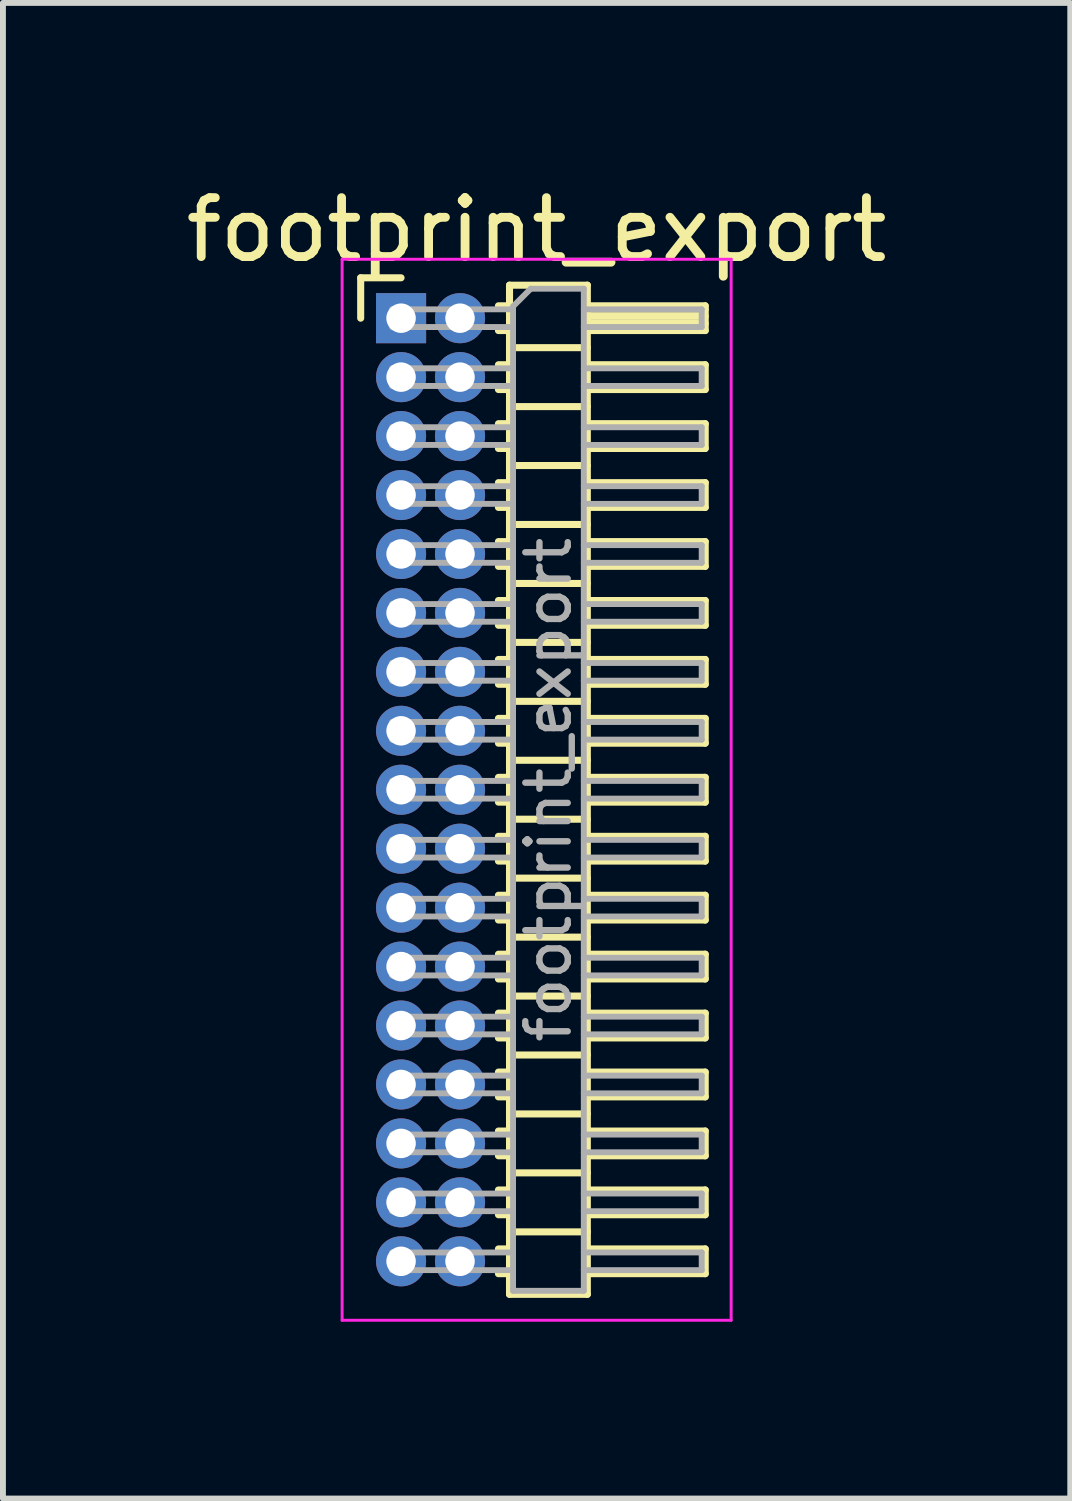
<source format=kicad_pcb>
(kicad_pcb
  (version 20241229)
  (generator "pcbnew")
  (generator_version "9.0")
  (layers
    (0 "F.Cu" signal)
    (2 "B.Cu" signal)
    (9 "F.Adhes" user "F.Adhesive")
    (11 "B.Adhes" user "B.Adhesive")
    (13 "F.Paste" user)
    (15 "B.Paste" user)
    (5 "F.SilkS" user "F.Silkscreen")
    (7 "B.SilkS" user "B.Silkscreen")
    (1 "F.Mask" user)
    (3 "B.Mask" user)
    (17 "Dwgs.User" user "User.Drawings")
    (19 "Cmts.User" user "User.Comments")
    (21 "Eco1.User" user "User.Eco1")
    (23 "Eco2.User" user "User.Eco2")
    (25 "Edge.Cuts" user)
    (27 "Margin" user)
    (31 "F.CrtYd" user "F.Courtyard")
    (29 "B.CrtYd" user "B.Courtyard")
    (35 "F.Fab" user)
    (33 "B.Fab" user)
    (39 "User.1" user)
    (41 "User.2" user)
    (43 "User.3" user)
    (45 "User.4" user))
  (footprint "footprint_export"
    (layer "F.Cu")
    (at 3.754 2.348)
    (property "Reference" "footprint_export" (at 2.3 -1.5 0) (layer "F.SilkS") (effects (font (size 1 1) (thickness 0.15))))
    (attr through_hole)
    (fp_line (start -0.685 -0.685) (end 0 -0.685) (stroke (width 0.12) (type solid)) (layer "F.SilkS"))
    (fp_line (start -0.685 0) (end -0.685 -0.685) (stroke (width 0.12) (type solid)) (layer "F.SilkS"))
    (fp_line (start 1.652 -0.21) (end 1.84 -0.21) (stroke (width 0.12) (type solid)) (layer "F.SilkS"))
    (fp_line (start 1.652 0.21) (end 1.84 0.21) (stroke (width 0.12) (type solid)) (layer "F.SilkS"))
    (fp_line (start 1.652 0.79) (end 1.84 0.79) (stroke (width 0.12) (type solid)) (layer "F.SilkS"))
    (fp_line (start 1.652 1.21) (end 1.84 1.21) (stroke (width 0.12) (type solid)) (layer "F.SilkS"))
    (fp_line (start 1.652 1.79) (end 1.84 1.79) (stroke (width 0.12) (type solid)) (layer "F.SilkS"))
    (fp_line (start 1.652 2.21) (end 1.84 2.21) (stroke (width 0.12) (type solid)) (layer "F.SilkS"))
    (fp_line (start 1.652 2.79) (end 1.84 2.79) (stroke (width 0.12) (type solid)) (layer "F.SilkS"))
    (fp_line (start 1.652 3.21) (end 1.84 3.21) (stroke (width 0.12) (type solid)) (layer "F.SilkS"))
    (fp_line (start 1.652 3.79) (end 1.84 3.79) (stroke (width 0.12) (type solid)) (layer "F.SilkS"))
    (fp_line (start 1.652 4.21) (end 1.84 4.21) (stroke (width 0.12) (type solid)) (layer "F.SilkS"))
    (fp_line (start 1.652 4.79) (end 1.84 4.79) (stroke (width 0.12) (type solid)) (layer "F.SilkS"))
    (fp_line (start 1.652 5.21) (end 1.84 5.21) (stroke (width 0.12) (type solid)) (layer "F.SilkS"))
    (fp_line (start 1.652 5.79) (end 1.84 5.79) (stroke (width 0.12) (type solid)) (layer "F.SilkS"))
    (fp_line (start 1.652 6.21) (end 1.84 6.21) (stroke (width 0.12) (type solid)) (layer "F.SilkS"))
    (fp_line (start 1.652 6.79) (end 1.84 6.79) (stroke (width 0.12) (type solid)) (layer "F.SilkS"))
    (fp_line (start 1.652 7.21) (end 1.84 7.21) (stroke (width 0.12) (type solid)) (layer "F.SilkS"))
    (fp_line (start 1.652 7.79) (end 1.84 7.79) (stroke (width 0.12) (type solid)) (layer "F.SilkS"))
    (fp_line (start 1.652 8.21) (end 1.84 8.21) (stroke (width 0.12) (type solid)) (layer "F.SilkS"))
    (fp_line (start 1.652 8.79) (end 1.84 8.79) (stroke (width 0.12) (type solid)) (layer "F.SilkS"))
    (fp_line (start 1.652 9.21) (end 1.84 9.21) (stroke (width 0.12) (type solid)) (layer "F.SilkS"))
    (fp_line (start 1.652 9.79) (end 1.84 9.79) (stroke (width 0.12) (type solid)) (layer "F.SilkS"))
    (fp_line (start 1.652 10.21) (end 1.84 10.21) (stroke (width 0.12) (type solid)) (layer "F.SilkS"))
    (fp_line (start 1.652 10.79) (end 1.84 10.79) (stroke (width 0.12) (type solid)) (layer "F.SilkS"))
    (fp_line (start 1.652 11.21) (end 1.84 11.21) (stroke (width 0.12) (type solid)) (layer "F.SilkS"))
    (fp_line (start 1.652 11.79) (end 1.84 11.79) (stroke (width 0.12) (type solid)) (layer "F.SilkS"))
    (fp_line (start 1.652 12.21) (end 1.84 12.21) (stroke (width 0.12) (type solid)) (layer "F.SilkS"))
    (fp_line (start 1.652 12.79) (end 1.84 12.79) (stroke (width 0.12) (type solid)) (layer "F.SilkS"))
    (fp_line (start 1.652 13.21) (end 1.84 13.21) (stroke (width 0.12) (type solid)) (layer "F.SilkS"))
    (fp_line (start 1.652 13.79) (end 1.84 13.79) (stroke (width 0.12) (type solid)) (layer "F.SilkS"))
    (fp_line (start 1.652 14.21) (end 1.84 14.21) (stroke (width 0.12) (type solid)) (layer "F.SilkS"))
    (fp_line (start 1.652 14.79) (end 1.84 14.79) (stroke (width 0.12) (type solid)) (layer "F.SilkS"))
    (fp_line (start 1.652 15.21) (end 1.84 15.21) (stroke (width 0.12) (type solid)) (layer "F.SilkS"))
    (fp_line (start 1.652 15.79) (end 1.84 15.79) (stroke (width 0.12) (type solid)) (layer "F.SilkS"))
    (fp_line (start 1.652 16.21) (end 1.84 16.21) (stroke (width 0.12) (type solid)) (layer "F.SilkS"))
    (fp_line (start 1.84 -0.56) (end 1.84 16.56) (stroke (width 0.12) (type solid)) (layer "F.SilkS"))
    (fp_line (start 1.84 0.5) (end 3.16 0.5) (stroke (width 0.12) (type solid)) (layer "F.SilkS"))
    (fp_line (start 1.84 1.5) (end 3.16 1.5) (stroke (width 0.12) (type solid)) (layer "F.SilkS"))
    (fp_line (start 1.84 2.5) (end 3.16 2.5) (stroke (width 0.12) (type solid)) (layer "F.SilkS"))
    (fp_line (start 1.84 3.5) (end 3.16 3.5) (stroke (width 0.12) (type solid)) (layer "F.SilkS"))
    (fp_line (start 1.84 4.5) (end 3.16 4.5) (stroke (width 0.12) (type solid)) (layer "F.SilkS"))
    (fp_line (start 1.84 5.5) (end 3.16 5.5) (stroke (width 0.12) (type solid)) (layer "F.SilkS"))
    (fp_line (start 1.84 6.5) (end 3.16 6.5) (stroke (width 0.12) (type solid)) (layer "F.SilkS"))
    (fp_line (start 1.84 7.5) (end 3.16 7.5) (stroke (width 0.12) (type solid)) (layer "F.SilkS"))
    (fp_line (start 1.84 8.5) (end 3.16 8.5) (stroke (width 0.12) (type solid)) (layer "F.SilkS"))
    (fp_line (start 1.84 9.5) (end 3.16 9.5) (stroke (width 0.12) (type solid)) (layer "F.SilkS"))
    (fp_line (start 1.84 10.5) (end 3.16 10.5) (stroke (width 0.12) (type solid)) (layer "F.SilkS"))
    (fp_line (start 1.84 11.5) (end 3.16 11.5) (stroke (width 0.12) (type solid)) (layer "F.SilkS"))
    (fp_line (start 1.84 12.5) (end 3.16 12.5) (stroke (width 0.12) (type solid)) (layer "F.SilkS"))
    (fp_line (start 1.84 13.5) (end 3.16 13.5) (stroke (width 0.12) (type solid)) (layer "F.SilkS"))
    (fp_line (start 1.84 14.5) (end 3.16 14.5) (stroke (width 0.12) (type solid)) (layer "F.SilkS"))
    (fp_line (start 1.84 15.5) (end 3.16 15.5) (stroke (width 0.12) (type solid)) (layer "F.SilkS"))
    (fp_line (start 1.84 16.56) (end 3.16 16.56) (stroke (width 0.12) (type solid)) (layer "F.SilkS"))
    (fp_line (start 3.16 -0.56) (end 1.84 -0.56) (stroke (width 0.12) (type solid)) (layer "F.SilkS"))
    (fp_line (start 3.16 -0.21) (end 5.16 -0.21) (stroke (width 0.12) (type solid)) (layer "F.SilkS"))
    (fp_line (start 3.16 -0.15) (end 5.16 -0.15) (stroke (width 0.12) (type solid)) (layer "F.SilkS"))
    (fp_line (start 3.16 -0.03) (end 5.16 -0.03) (stroke (width 0.12) (type solid)) (layer "F.SilkS"))
    (fp_line (start 3.16 0.09) (end 5.16 0.09) (stroke (width 0.12) (type solid)) (layer "F.SilkS"))
    (fp_line (start 3.16 0.79) (end 5.16 0.79) (stroke (width 0.12) (type solid)) (layer "F.SilkS"))
    (fp_line (start 3.16 1.79) (end 5.16 1.79) (stroke (width 0.12) (type solid)) (layer "F.SilkS"))
    (fp_line (start 3.16 2.79) (end 5.16 2.79) (stroke (width 0.12) (type solid)) (layer "F.SilkS"))
    (fp_line (start 3.16 3.79) (end 5.16 3.79) (stroke (width 0.12) (type solid)) (layer "F.SilkS"))
    (fp_line (start 3.16 4.79) (end 5.16 4.79) (stroke (width 0.12) (type solid)) (layer "F.SilkS"))
    (fp_line (start 3.16 5.79) (end 5.16 5.79) (stroke (width 0.12) (type solid)) (layer "F.SilkS"))
    (fp_line (start 3.16 6.79) (end 5.16 6.79) (stroke (width 0.12) (type solid)) (layer "F.SilkS"))
    (fp_line (start 3.16 7.79) (end 5.16 7.79) (stroke (width 0.12) (type solid)) (layer "F.SilkS"))
    (fp_line (start 3.16 8.79) (end 5.16 8.79) (stroke (width 0.12) (type solid)) (layer "F.SilkS"))
    (fp_line (start 3.16 9.79) (end 5.16 9.79) (stroke (width 0.12) (type solid)) (layer "F.SilkS"))
    (fp_line (start 3.16 10.79) (end 5.16 10.79) (stroke (width 0.12) (type solid)) (layer "F.SilkS"))
    (fp_line (start 3.16 11.79) (end 5.16 11.79) (stroke (width 0.12) (type solid)) (layer "F.SilkS"))
    (fp_line (start 3.16 12.79) (end 5.16 12.79) (stroke (width 0.12) (type solid)) (layer "F.SilkS"))
    (fp_line (start 3.16 13.79) (end 5.16 13.79) (stroke (width 0.12) (type solid)) (layer "F.SilkS"))
    (fp_line (start 3.16 14.79) (end 5.16 14.79) (stroke (width 0.12) (type solid)) (layer "F.SilkS"))
    (fp_line (start 3.16 15.79) (end 5.16 15.79) (stroke (width 0.12) (type solid)) (layer "F.SilkS"))
    (fp_line (start 3.16 16.56) (end 3.16 -0.56) (stroke (width 0.12) (type solid)) (layer "F.SilkS"))
    (fp_line (start 5.16 -0.21) (end 5.16 0.21) (stroke (width 0.12) (type solid)) (layer "F.SilkS"))
    (fp_line (start 5.16 0.21) (end 3.16 0.21) (stroke (width 0.12) (type solid)) (layer "F.SilkS"))
    (fp_line (start 5.16 0.79) (end 5.16 1.21) (stroke (width 0.12) (type solid)) (layer "F.SilkS"))
    (fp_line (start 5.16 1.21) (end 3.16 1.21) (stroke (width 0.12) (type solid)) (layer "F.SilkS"))
    (fp_line (start 5.16 1.79) (end 5.16 2.21) (stroke (width 0.12) (type solid)) (layer "F.SilkS"))
    (fp_line (start 5.16 2.21) (end 3.16 2.21) (stroke (width 0.12) (type solid)) (layer "F.SilkS"))
    (fp_line (start 5.16 2.79) (end 5.16 3.21) (stroke (width 0.12) (type solid)) (layer "F.SilkS"))
    (fp_line (start 5.16 3.21) (end 3.16 3.21) (stroke (width 0.12) (type solid)) (layer "F.SilkS"))
    (fp_line (start 5.16 3.79) (end 5.16 4.21) (stroke (width 0.12) (type solid)) (layer "F.SilkS"))
    (fp_line (start 5.16 4.21) (end 3.16 4.21) (stroke (width 0.12) (type solid)) (layer "F.SilkS"))
    (fp_line (start 5.16 4.79) (end 5.16 5.21) (stroke (width 0.12) (type solid)) (layer "F.SilkS"))
    (fp_line (start 5.16 5.21) (end 3.16 5.21) (stroke (width 0.12) (type solid)) (layer "F.SilkS"))
    (fp_line (start 5.16 5.79) (end 5.16 6.21) (stroke (width 0.12) (type solid)) (layer "F.SilkS"))
    (fp_line (start 5.16 6.21) (end 3.16 6.21) (stroke (width 0.12) (type solid)) (layer "F.SilkS"))
    (fp_line (start 5.16 6.79) (end 5.16 7.21) (stroke (width 0.12) (type solid)) (layer "F.SilkS"))
    (fp_line (start 5.16 7.21) (end 3.16 7.21) (stroke (width 0.12) (type solid)) (layer "F.SilkS"))
    (fp_line (start 5.16 7.79) (end 5.16 8.21) (stroke (width 0.12) (type solid)) (layer "F.SilkS"))
    (fp_line (start 5.16 8.21) (end 3.16 8.21) (stroke (width 0.12) (type solid)) (layer "F.SilkS"))
    (fp_line (start 5.16 8.79) (end 5.16 9.21) (stroke (width 0.12) (type solid)) (layer "F.SilkS"))
    (fp_line (start 5.16 9.21) (end 3.16 9.21) (stroke (width 0.12) (type solid)) (layer "F.SilkS"))
    (fp_line (start 5.16 9.79) (end 5.16 10.21) (stroke (width 0.12) (type solid)) (layer "F.SilkS"))
    (fp_line (start 5.16 10.21) (end 3.16 10.21) (stroke (width 0.12) (type solid)) (layer "F.SilkS"))
    (fp_line (start 5.16 10.79) (end 5.16 11.21) (stroke (width 0.12) (type solid)) (layer "F.SilkS"))
    (fp_line (start 5.16 11.21) (end 3.16 11.21) (stroke (width 0.12) (type solid)) (layer "F.SilkS"))
    (fp_line (start 5.16 11.79) (end 5.16 12.21) (stroke (width 0.12) (type solid)) (layer "F.SilkS"))
    (fp_line (start 5.16 12.21) (end 3.16 12.21) (stroke (width 0.12) (type solid)) (layer "F.SilkS"))
    (fp_line (start 5.16 12.79) (end 5.16 13.21) (stroke (width 0.12) (type solid)) (layer "F.SilkS"))
    (fp_line (start 5.16 13.21) (end 3.16 13.21) (stroke (width 0.12) (type solid)) (layer "F.SilkS"))
    (fp_line (start 5.16 13.79) (end 5.16 14.21) (stroke (width 0.12) (type solid)) (layer "F.SilkS"))
    (fp_line (start 5.16 14.21) (end 3.16 14.21) (stroke (width 0.12) (type solid)) (layer "F.SilkS"))
    (fp_line (start 5.16 14.79) (end 5.16 15.21) (stroke (width 0.12) (type solid)) (layer "F.SilkS"))
    (fp_line (start 5.16 15.21) (end 3.16 15.21) (stroke (width 0.12) (type solid)) (layer "F.SilkS"))
    (fp_line (start 5.16 15.79) (end 5.16 16.21) (stroke (width 0.12) (type solid)) (layer "F.SilkS"))
    (fp_line (start 5.16 16.21) (end 3.16 16.21) (stroke (width 0.12) (type solid)) (layer "F.SilkS"))
    (fp_line (start -1 -1) (end -1 17) (stroke (width 0.05) (type solid)) (layer "F.CrtYd"))
    (fp_line (start -1 17) (end 5.6 17) (stroke (width 0.05) (type solid)) (layer "F.CrtYd"))
    (fp_line (start 5.6 -1) (end -1 -1) (stroke (width 0.05) (type solid)) (layer "F.CrtYd"))
    (fp_line (start 5.6 17) (end 5.6 -1) (stroke (width 0.05) (type solid)) (layer "F.CrtYd"))
    (fp_line (start -0.15 -0.15) (end -0.15 0.15) (stroke (width 0.1) (type solid)) (layer "F.Fab"))
    (fp_line (start -0.15 -0.15) (end 1.9 -0.15) (stroke (width 0.1) (type solid)) (layer "F.Fab"))
    (fp_line (start -0.15 0.15) (end 1.9 0.15) (stroke (width 0.1) (type solid)) (layer "F.Fab"))
    (fp_line (start -0.15 0.85) (end -0.15 1.15) (stroke (width 0.1) (type solid)) (layer "F.Fab"))
    (fp_line (start -0.15 0.85) (end 1.9 0.85) (stroke (width 0.1) (type solid)) (layer "F.Fab"))
    (fp_line (start -0.15 1.15) (end 1.9 1.15) (stroke (width 0.1) (type solid)) (layer "F.Fab"))
    (fp_line (start -0.15 1.85) (end -0.15 2.15) (stroke (width 0.1) (type solid)) (layer "F.Fab"))
    (fp_line (start -0.15 1.85) (end 1.9 1.85) (stroke (width 0.1) (type solid)) (layer "F.Fab"))
    (fp_line (start -0.15 2.15) (end 1.9 2.15) (stroke (width 0.1) (type solid)) (layer "F.Fab"))
    (fp_line (start -0.15 2.85) (end -0.15 3.15) (stroke (width 0.1) (type solid)) (layer "F.Fab"))
    (fp_line (start -0.15 2.85) (end 1.9 2.85) (stroke (width 0.1) (type solid)) (layer "F.Fab"))
    (fp_line (start -0.15 3.15) (end 1.9 3.15) (stroke (width 0.1) (type solid)) (layer "F.Fab"))
    (fp_line (start -0.15 3.85) (end -0.15 4.15) (stroke (width 0.1) (type solid)) (layer "F.Fab"))
    (fp_line (start -0.15 3.85) (end 1.9 3.85) (stroke (width 0.1) (type solid)) (layer "F.Fab"))
    (fp_line (start -0.15 4.15) (end 1.9 4.15) (stroke (width 0.1) (type solid)) (layer "F.Fab"))
    (fp_line (start -0.15 4.85) (end -0.15 5.15) (stroke (width 0.1) (type solid)) (layer "F.Fab"))
    (fp_line (start -0.15 4.85) (end 1.9 4.85) (stroke (width 0.1) (type solid)) (layer "F.Fab"))
    (fp_line (start -0.15 5.15) (end 1.9 5.15) (stroke (width 0.1) (type solid)) (layer "F.Fab"))
    (fp_line (start -0.15 5.85) (end -0.15 6.15) (stroke (width 0.1) (type solid)) (layer "F.Fab"))
    (fp_line (start -0.15 5.85) (end 1.9 5.85) (stroke (width 0.1) (type solid)) (layer "F.Fab"))
    (fp_line (start -0.15 6.15) (end 1.9 6.15) (stroke (width 0.1) (type solid)) (layer "F.Fab"))
    (fp_line (start -0.15 6.85) (end -0.15 7.15) (stroke (width 0.1) (type solid)) (layer "F.Fab"))
    (fp_line (start -0.15 6.85) (end 1.9 6.85) (stroke (width 0.1) (type solid)) (layer "F.Fab"))
    (fp_line (start -0.15 7.15) (end 1.9 7.15) (stroke (width 0.1) (type solid)) (layer "F.Fab"))
    (fp_line (start -0.15 7.85) (end -0.15 8.15) (stroke (width 0.1) (type solid)) (layer "F.Fab"))
    (fp_line (start -0.15 7.85) (end 1.9 7.85) (stroke (width 0.1) (type solid)) (layer "F.Fab"))
    (fp_line (start -0.15 8.15) (end 1.9 8.15) (stroke (width 0.1) (type solid)) (layer "F.Fab"))
    (fp_line (start -0.15 8.85) (end -0.15 9.15) (stroke (width 0.1) (type solid)) (layer "F.Fab"))
    (fp_line (start -0.15 8.85) (end 1.9 8.85) (stroke (width 0.1) (type solid)) (layer "F.Fab"))
    (fp_line (start -0.15 9.15) (end 1.9 9.15) (stroke (width 0.1) (type solid)) (layer "F.Fab"))
    (fp_line (start -0.15 9.85) (end -0.15 10.15) (stroke (width 0.1) (type solid)) (layer "F.Fab"))
    (fp_line (start -0.15 9.85) (end 1.9 9.85) (stroke (width 0.1) (type solid)) (layer "F.Fab"))
    (fp_line (start -0.15 10.15) (end 1.9 10.15) (stroke (width 0.1) (type solid)) (layer "F.Fab"))
    (fp_line (start -0.15 10.85) (end -0.15 11.15) (stroke (width 0.1) (type solid)) (layer "F.Fab"))
    (fp_line (start -0.15 10.85) (end 1.9 10.85) (stroke (width 0.1) (type solid)) (layer "F.Fab"))
    (fp_line (start -0.15 11.15) (end 1.9 11.15) (stroke (width 0.1) (type solid)) (layer "F.Fab"))
    (fp_line (start -0.15 11.85) (end -0.15 12.15) (stroke (width 0.1) (type solid)) (layer "F.Fab"))
    (fp_line (start -0.15 11.85) (end 1.9 11.85) (stroke (width 0.1) (type solid)) (layer "F.Fab"))
    (fp_line (start -0.15 12.15) (end 1.9 12.15) (stroke (width 0.1) (type solid)) (layer "F.Fab"))
    (fp_line (start -0.15 12.85) (end -0.15 13.15) (stroke (width 0.1) (type solid)) (layer "F.Fab"))
    (fp_line (start -0.15 12.85) (end 1.9 12.85) (stroke (width 0.1) (type solid)) (layer "F.Fab"))
    (fp_line (start -0.15 13.15) (end 1.9 13.15) (stroke (width 0.1) (type solid)) (layer "F.Fab"))
    (fp_line (start -0.15 13.85) (end -0.15 14.15) (stroke (width 0.1) (type solid)) (layer "F.Fab"))
    (fp_line (start -0.15 13.85) (end 1.9 13.85) (stroke (width 0.1) (type solid)) (layer "F.Fab"))
    (fp_line (start -0.15 14.15) (end 1.9 14.15) (stroke (width 0.1) (type solid)) (layer "F.Fab"))
    (fp_line (start -0.15 14.85) (end -0.15 15.15) (stroke (width 0.1) (type solid)) (layer "F.Fab"))
    (fp_line (start -0.15 14.85) (end 1.9 14.85) (stroke (width 0.1) (type solid)) (layer "F.Fab"))
    (fp_line (start -0.15 15.15) (end 1.9 15.15) (stroke (width 0.1) (type solid)) (layer "F.Fab"))
    (fp_line (start -0.15 15.85) (end -0.15 16.15) (stroke (width 0.1) (type solid)) (layer "F.Fab"))
    (fp_line (start -0.15 15.85) (end 1.9 15.85) (stroke (width 0.1) (type solid)) (layer "F.Fab"))
    (fp_line (start -0.15 16.15) (end 1.9 16.15) (stroke (width 0.1) (type solid)) (layer "F.Fab"))
    (fp_line (start 1.9 -0.2) (end 2.2 -0.5) (stroke (width 0.1) (type solid)) (layer "F.Fab"))
    (fp_line (start 1.9 16.5) (end 1.9 -0.2) (stroke (width 0.1) (type solid)) (layer "F.Fab"))
    (fp_line (start 2.2 -0.5) (end 3.1 -0.5) (stroke (width 0.1) (type solid)) (layer "F.Fab"))
    (fp_line (start 3.1 -0.5) (end 3.1 16.5) (stroke (width 0.1) (type solid)) (layer "F.Fab"))
    (fp_line (start 3.1 -0.15) (end 5.1 -0.15) (stroke (width 0.1) (type solid)) (layer "F.Fab"))
    (fp_line (start 3.1 0.15) (end 5.1 0.15) (stroke (width 0.1) (type solid)) (layer "F.Fab"))
    (fp_line (start 3.1 0.85) (end 5.1 0.85) (stroke (width 0.1) (type solid)) (layer "F.Fab"))
    (fp_line (start 3.1 1.15) (end 5.1 1.15) (stroke (width 0.1) (type solid)) (layer "F.Fab"))
    (fp_line (start 3.1 1.85) (end 5.1 1.85) (stroke (width 0.1) (type solid)) (layer "F.Fab"))
    (fp_line (start 3.1 2.15) (end 5.1 2.15) (stroke (width 0.1) (type solid)) (layer "F.Fab"))
    (fp_line (start 3.1 2.85) (end 5.1 2.85) (stroke (width 0.1) (type solid)) (layer "F.Fab"))
    (fp_line (start 3.1 3.15) (end 5.1 3.15) (stroke (width 0.1) (type solid)) (layer "F.Fab"))
    (fp_line (start 3.1 3.85) (end 5.1 3.85) (stroke (width 0.1) (type solid)) (layer "F.Fab"))
    (fp_line (start 3.1 4.15) (end 5.1 4.15) (stroke (width 0.1) (type solid)) (layer "F.Fab"))
    (fp_line (start 3.1 4.85) (end 5.1 4.85) (stroke (width 0.1) (type solid)) (layer "F.Fab"))
    (fp_line (start 3.1 5.15) (end 5.1 5.15) (stroke (width 0.1) (type solid)) (layer "F.Fab"))
    (fp_line (start 3.1 5.85) (end 5.1 5.85) (stroke (width 0.1) (type solid)) (layer "F.Fab"))
    (fp_line (start 3.1 6.15) (end 5.1 6.15) (stroke (width 0.1) (type solid)) (layer "F.Fab"))
    (fp_line (start 3.1 6.85) (end 5.1 6.85) (stroke (width 0.1) (type solid)) (layer "F.Fab"))
    (fp_line (start 3.1 7.15) (end 5.1 7.15) (stroke (width 0.1) (type solid)) (layer "F.Fab"))
    (fp_line (start 3.1 7.85) (end 5.1 7.85) (stroke (width 0.1) (type solid)) (layer "F.Fab"))
    (fp_line (start 3.1 8.15) (end 5.1 8.15) (stroke (width 0.1) (type solid)) (layer "F.Fab"))
    (fp_line (start 3.1 8.85) (end 5.1 8.85) (stroke (width 0.1) (type solid)) (layer "F.Fab"))
    (fp_line (start 3.1 9.15) (end 5.1 9.15) (stroke (width 0.1) (type solid)) (layer "F.Fab"))
    (fp_line (start 3.1 9.85) (end 5.1 9.85) (stroke (width 0.1) (type solid)) (layer "F.Fab"))
    (fp_line (start 3.1 10.15) (end 5.1 10.15) (stroke (width 0.1) (type solid)) (layer "F.Fab"))
    (fp_line (start 3.1 10.85) (end 5.1 10.85) (stroke (width 0.1) (type solid)) (layer "F.Fab"))
    (fp_line (start 3.1 11.15) (end 5.1 11.15) (stroke (width 0.1) (type solid)) (layer "F.Fab"))
    (fp_line (start 3.1 11.85) (end 5.1 11.85) (stroke (width 0.1) (type solid)) (layer "F.Fab"))
    (fp_line (start 3.1 12.15) (end 5.1 12.15) (stroke (width 0.1) (type solid)) (layer "F.Fab"))
    (fp_line (start 3.1 12.85) (end 5.1 12.85) (stroke (width 0.1) (type solid)) (layer "F.Fab"))
    (fp_line (start 3.1 13.15) (end 5.1 13.15) (stroke (width 0.1) (type solid)) (layer "F.Fab"))
    (fp_line (start 3.1 13.85) (end 5.1 13.85) (stroke (width 0.1) (type solid)) (layer "F.Fab"))
    (fp_line (start 3.1 14.15) (end 5.1 14.15) (stroke (width 0.1) (type solid)) (layer "F.Fab"))
    (fp_line (start 3.1 14.85) (end 5.1 14.85) (stroke (width 0.1) (type solid)) (layer "F.Fab"))
    (fp_line (start 3.1 15.15) (end 5.1 15.15) (stroke (width 0.1) (type solid)) (layer "F.Fab"))
    (fp_line (start 3.1 15.85) (end 5.1 15.85) (stroke (width 0.1) (type solid)) (layer "F.Fab"))
    (fp_line (start 3.1 16.15) (end 5.1 16.15) (stroke (width 0.1) (type solid)) (layer "F.Fab"))
    (fp_line (start 3.1 16.5) (end 1.9 16.5) (stroke (width 0.1) (type solid)) (layer "F.Fab"))
    (fp_line (start 5.1 -0.15) (end 5.1 0.15) (stroke (width 0.1) (type solid)) (layer "F.Fab"))
    (fp_line (start 5.1 0.85) (end 5.1 1.15) (stroke (width 0.1) (type solid)) (layer "F.Fab"))
    (fp_line (start 5.1 1.85) (end 5.1 2.15) (stroke (width 0.1) (type solid)) (layer "F.Fab"))
    (fp_line (start 5.1 2.85) (end 5.1 3.15) (stroke (width 0.1) (type solid)) (layer "F.Fab"))
    (fp_line (start 5.1 3.85) (end 5.1 4.15) (stroke (width 0.1) (type solid)) (layer "F.Fab"))
    (fp_line (start 5.1 4.85) (end 5.1 5.15) (stroke (width 0.1) (type solid)) (layer "F.Fab"))
    (fp_line (start 5.1 5.85) (end 5.1 6.15) (stroke (width 0.1) (type solid)) (layer "F.Fab"))
    (fp_line (start 5.1 6.85) (end 5.1 7.15) (stroke (width 0.1) (type solid)) (layer "F.Fab"))
    (fp_line (start 5.1 7.85) (end 5.1 8.15) (stroke (width 0.1) (type solid)) (layer "F.Fab"))
    (fp_line (start 5.1 8.85) (end 5.1 9.15) (stroke (width 0.1) (type solid)) (layer "F.Fab"))
    (fp_line (start 5.1 9.85) (end 5.1 10.15) (stroke (width 0.1) (type solid)) (layer "F.Fab"))
    (fp_line (start 5.1 10.85) (end 5.1 11.15) (stroke (width 0.1) (type solid)) (layer "F.Fab"))
    (fp_line (start 5.1 11.85) (end 5.1 12.15) (stroke (width 0.1) (type solid)) (layer "F.Fab"))
    (fp_line (start 5.1 12.85) (end 5.1 13.15) (stroke (width 0.1) (type solid)) (layer "F.Fab"))
    (fp_line (start 5.1 13.85) (end 5.1 14.15) (stroke (width 0.1) (type solid)) (layer "F.Fab"))
    (fp_line (start 5.1 14.85) (end 5.1 15.15) (stroke (width 0.1) (type solid)) (layer "F.Fab"))
    (fp_line (start 5.1 15.85) (end 5.1 16.15) (stroke (width 0.1) (type solid)) (layer "F.Fab"))
    (fp_text user "${REFERENCE}" (at 2.5 8 90) (layer "F.Fab") (effects (font (size 0.72 0.72) (thickness 0.108))))
    (pad "1" thru_hole rect (at 0 0) (size 0.85 0.85) (drill 0.5) (layers "*.Cu" "*.Mask"))
    (pad "2" thru_hole oval (at 1 0) (size 0.85 0.85) (drill 0.5) (layers "*.Cu" "*.Mask"))
    (pad "3" thru_hole oval (at 0 1) (size 0.85 0.85) (drill 0.5) (layers "*.Cu" "*.Mask"))
    (pad "4" thru_hole oval (at 1 1) (size 0.85 0.85) (drill 0.5) (layers "*.Cu" "*.Mask"))
    (pad "5" thru_hole oval (at 0 2) (size 0.85 0.85) (drill 0.5) (layers "*.Cu" "*.Mask"))
    (pad "6" thru_hole oval (at 1 2) (size 0.85 0.85) (drill 0.5) (layers "*.Cu" "*.Mask"))
    (pad "7" thru_hole oval (at 0 3) (size 0.85 0.85) (drill 0.5) (layers "*.Cu" "*.Mask"))
    (pad "8" thru_hole oval (at 1 3) (size 0.85 0.85) (drill 0.5) (layers "*.Cu" "*.Mask"))
    (pad "9" thru_hole oval (at 0 4) (size 0.85 0.85) (drill 0.5) (layers "*.Cu" "*.Mask"))
    (pad "10" thru_hole oval (at 1 4) (size 0.85 0.85) (drill 0.5) (layers "*.Cu" "*.Mask"))
    (pad "11" thru_hole oval (at 0 5) (size 0.85 0.85) (drill 0.5) (layers "*.Cu" "*.Mask"))
    (pad "12" thru_hole oval (at 1 5) (size 0.85 0.85) (drill 0.5) (layers "*.Cu" "*.Mask"))
    (pad "13" thru_hole oval (at 0 6) (size 0.85 0.85) (drill 0.5) (layers "*.Cu" "*.Mask"))
    (pad "14" thru_hole oval (at 1 6) (size 0.85 0.85) (drill 0.5) (layers "*.Cu" "*.Mask"))
    (pad "15" thru_hole oval (at 0 7) (size 0.85 0.85) (drill 0.5) (layers "*.Cu" "*.Mask"))
    (pad "16" thru_hole oval (at 1 7) (size 0.85 0.85) (drill 0.5) (layers "*.Cu" "*.Mask"))
    (pad "17" thru_hole oval (at 0 8) (size 0.85 0.85) (drill 0.5) (layers "*.Cu" "*.Mask"))
    (pad "18" thru_hole oval (at 1 8) (size 0.85 0.85) (drill 0.5) (layers "*.Cu" "*.Mask"))
    (pad "19" thru_hole oval (at 0 9) (size 0.85 0.85) (drill 0.5) (layers "*.Cu" "*.Mask"))
    (pad "20" thru_hole oval (at 1 9) (size 0.85 0.85) (drill 0.5) (layers "*.Cu" "*.Mask"))
    (pad "21" thru_hole oval (at 0 10) (size 0.85 0.85) (drill 0.5) (layers "*.Cu" "*.Mask"))
    (pad "22" thru_hole oval (at 1 10) (size 0.85 0.85) (drill 0.5) (layers "*.Cu" "*.Mask"))
    (pad "23" thru_hole oval (at 0 11) (size 0.85 0.85) (drill 0.5) (layers "*.Cu" "*.Mask"))
    (pad "24" thru_hole oval (at 1 11) (size 0.85 0.85) (drill 0.5) (layers "*.Cu" "*.Mask"))
    (pad "25" thru_hole oval (at 0 12) (size 0.85 0.85) (drill 0.5) (layers "*.Cu" "*.Mask"))
    (pad "26" thru_hole oval (at 1 12) (size 0.85 0.85) (drill 0.5) (layers "*.Cu" "*.Mask"))
    (pad "27" thru_hole oval (at 0 13) (size 0.85 0.85) (drill 0.5) (layers "*.Cu" "*.Mask"))
    (pad "28" thru_hole oval (at 1 13) (size 0.85 0.85) (drill 0.5) (layers "*.Cu" "*.Mask"))
    (pad "29" thru_hole oval (at 0 14) (size 0.85 0.85) (drill 0.5) (layers "*.Cu" "*.Mask"))
    (pad "30" thru_hole oval (at 1 14) (size 0.85 0.85) (drill 0.5) (layers "*.Cu" "*.Mask"))
    (pad "31" thru_hole oval (at 0 15) (size 0.85 0.85) (drill 0.5) (layers "*.Cu" "*.Mask"))
    (pad "32" thru_hole oval (at 1 15) (size 0.85 0.85) (drill 0.5) (layers "*.Cu" "*.Mask"))
    (pad "33" thru_hole oval (at 0 16) (size 0.85 0.85) (drill 0.5) (layers "*.Cu" "*.Mask"))
    (pad "34" thru_hole oval (at 1 16) (size 0.85 0.85) (drill 0.5) (layers "*.Cu" "*.Mask")))
  (gr_rect
    (start -3 -3)
    (end 15.107 22.373)
    (stroke (width 0.1) (type default))
    (fill no)
    (layer "Edge.Cuts")))
</source>
